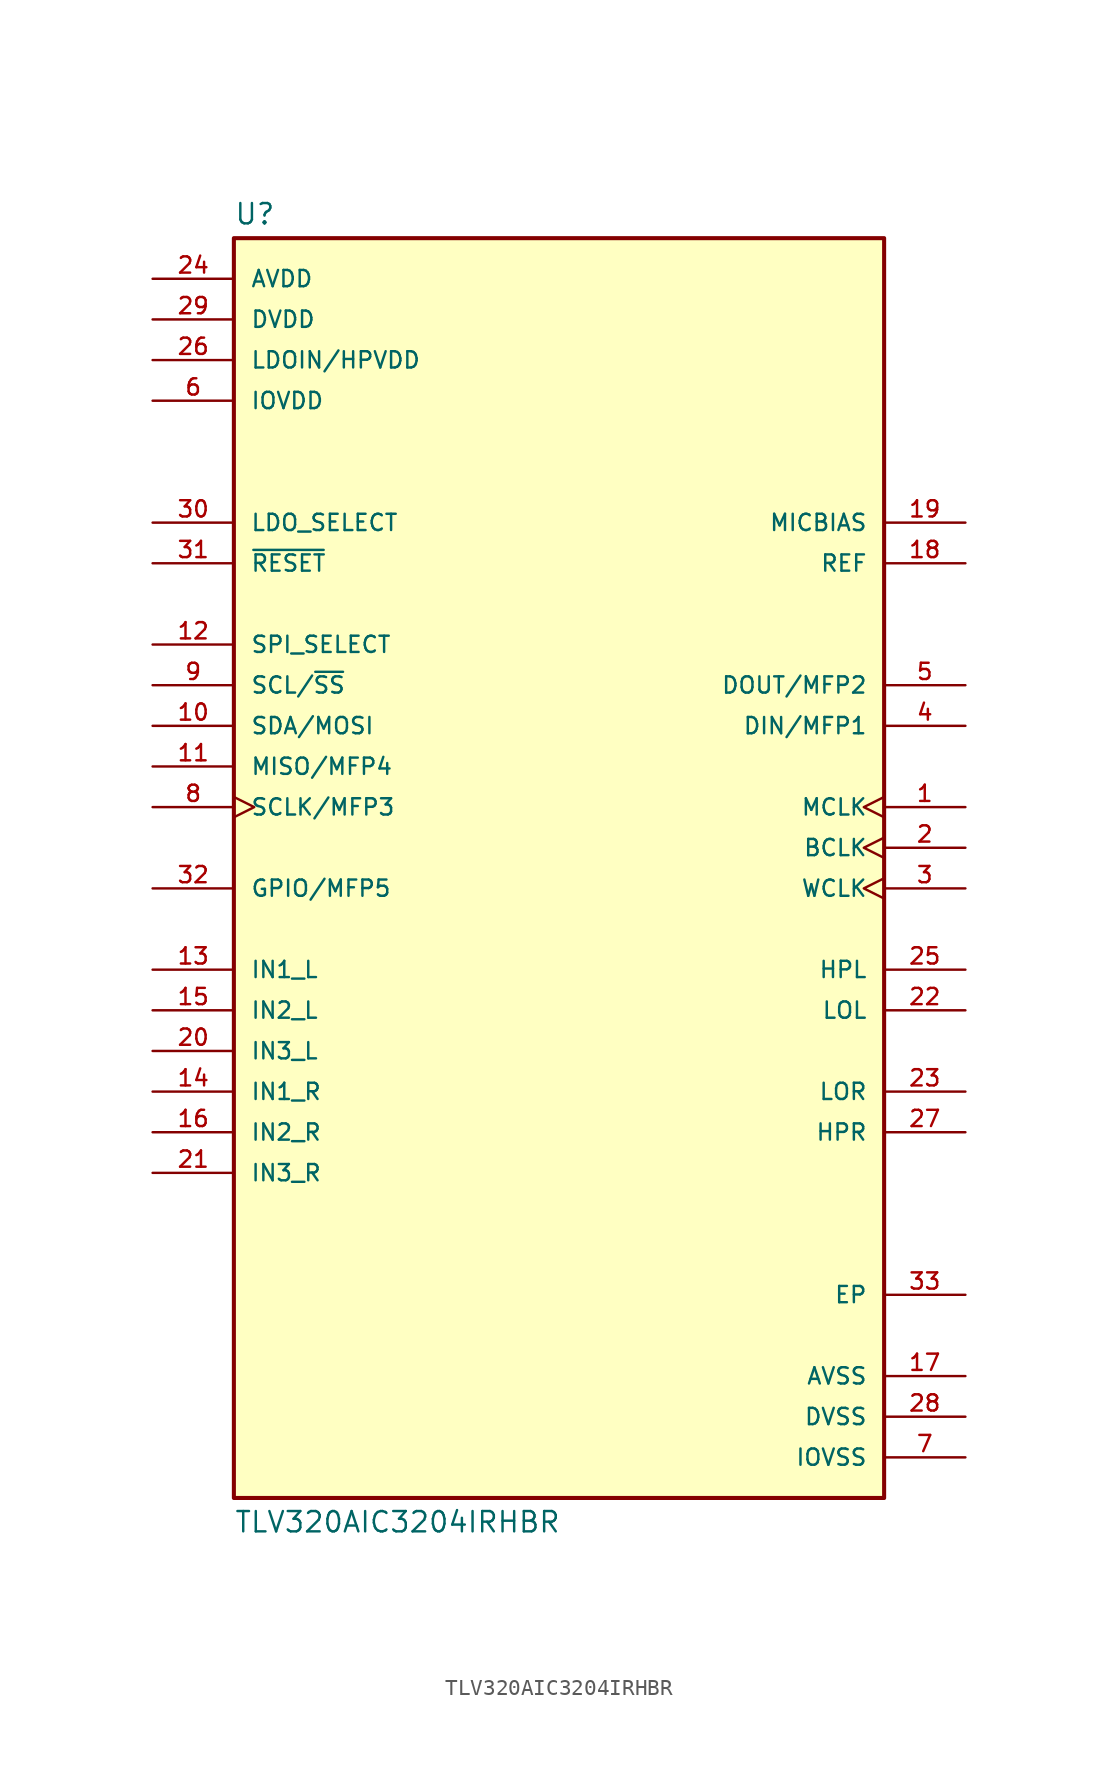
<source format=kicad_sym>
(kicad_symbol_lib
  (version 20211014)
  (generator kicad_symbol_editor)
  (symbol "TLV320AIC3204IRHBR"
    (pin_names
      (offset 1.016))
    (property "Reference" "U"
      (at -20.32 38.862 0.0)
      (effects (font (size 1.27 1.27)) (justify bottom left)))
    (property "Value" "TLV320AIC3204IRHBR"
      (at -20.32 -41.402 0.0)
      (effects (font (size 1.27 1.27)) (justify top left)))
    (symbol "TLV320AIC3204IRHBR_0_0"
      (rectangle (start -20.32 -40.64) (end 20.32 38.1) (stroke (width 0.254)) (fill (type background)))
      (pin input line (at -25.4 17.78 0) (length 5.08) (name "~{RESET}" (effects (font (size 1.016 1.016)))) (number "31" (effects (font (size 1.016 1.016)))))
      (pin bidirectional clock (at 25.4 0.0 180.0) (length 5.08) (name "BCLK" (effects (font (size 1.016 1.016)))) (number "2" (effects (font (size 1.016 1.016)))))
      (pin input line (at 25.4 7.62 180.0) (length 5.08) (name "DIN/MFP1" (effects (font (size 1.016 1.016)))) (number "4" (effects (font (size 1.016 1.016)))))
      (pin input line (at -25.4 -2.54 0) (length 5.08) (name "GPIO/MFP5" (effects (font (size 1.016 1.016)))) (number "32" (effects (font (size 1.016 1.016)))))
      (pin input line (at -25.4 -7.62 0) (length 5.08) (name "IN1_L" (effects (font (size 1.016 1.016)))) (number "13" (effects (font (size 1.016 1.016)))))
      (pin input line (at -25.4 -15.24 0) (length 5.08) (name "IN1_R" (effects (font (size 1.016 1.016)))) (number "14" (effects (font (size 1.016 1.016)))))
      (pin input line (at -25.4 -10.16 0) (length 5.08) (name "IN2_L" (effects (font (size 1.016 1.016)))) (number "15" (effects (font (size 1.016 1.016)))))
      (pin input line (at -25.4 -17.78 0) (length 5.08) (name "IN2_R" (effects (font (size 1.016 1.016)))) (number "16" (effects (font (size 1.016 1.016)))))
      (pin input line (at -25.4 -12.7 0) (length 5.08) (name "IN3_L" (effects (font (size 1.016 1.016)))) (number "20" (effects (font (size 1.016 1.016)))))
      (pin input line (at -25.4 -20.32 0) (length 5.08) (name "IN3_R" (effects (font (size 1.016 1.016)))) (number "21" (effects (font (size 1.016 1.016)))))
      (pin power_in line (at -25.4 30.48 0) (length 5.08) (name "LDOIN/HPVDD" (effects (font (size 1.016 1.016)))) (number "26" (effects (font (size 1.016 1.016)))))
      (pin input clock (at 25.4 2.54 180.0) (length 5.08) (name "MCLK" (effects (font (size 1.016 1.016)))) (number "1" (effects (font (size 1.016 1.016)))))
      (pin input line (at -25.4 10.16 0) (length 5.08) (name "SCL/~{SS}" (effects (font (size 1.016 1.016)))) (number "9" (effects (font (size 1.016 1.016)))))
      (pin input clock (at -25.4 2.54 0) (length 5.08) (name "SCLK/MFP3" (effects (font (size 1.016 1.016)))) (number "8" (effects (font (size 1.016 1.016)))))
      (pin input line (at -25.4 7.62 0) (length 5.08) (name "SDA/MOSI" (effects (font (size 1.016 1.016)))) (number "10" (effects (font (size 1.016 1.016)))))
      (pin input line (at -25.4 12.7 0) (length 5.08) (name "SPI_SELECT" (effects (font (size 1.016 1.016)))) (number "12" (effects (font (size 1.016 1.016)))))
      (pin bidirectional clock (at 25.4 -2.54 180.0) (length 5.08) (name "WCLK" (effects (font (size 1.016 1.016)))) (number "3" (effects (font (size 1.016 1.016)))))
      (pin passive line (at 25.4 -27.94 180.0) (length 5.08) (name "EP" (effects (font (size 1.016 1.016)))) (number "33" (effects (font (size 1.016 1.016)))))
      (pin input line (at -25.4 20.32 0) (length 5.08) (name "LDO_SELECT" (effects (font (size 1.016 1.016)))) (number "30" (effects (font (size 1.016 1.016)))))
      (pin power_in line (at -25.4 35.56 0) (length 5.08) (name "AVDD" (effects (font (size 1.016 1.016)))) (number "24" (effects (font (size 1.016 1.016)))))
      (pin power_in line (at -25.4 33.02 0) (length 5.08) (name "DVDD" (effects (font (size 1.016 1.016)))) (number "29" (effects (font (size 1.016 1.016)))))
      (pin power_in line (at -25.4 27.94 0) (length 5.08) (name "IOVDD" (effects (font (size 1.016 1.016)))) (number "6" (effects (font (size 1.016 1.016)))))
      (pin output line (at 25.4 10.16 180.0) (length 5.08) (name "DOUT/MFP2" (effects (font (size 1.016 1.016)))) (number "5" (effects (font (size 1.016 1.016)))))
      (pin output line (at 25.4 -7.62 180.0) (length 5.08) (name "HPL" (effects (font (size 1.016 1.016)))) (number "25" (effects (font (size 1.016 1.016)))))
      (pin output line (at 25.4 -17.78 180.0) (length 5.08) (name "HPR" (effects (font (size 1.016 1.016)))) (number "27" (effects (font (size 1.016 1.016)))))
      (pin output line (at 25.4 -10.16 180.0) (length 5.08) (name "LOL" (effects (font (size 1.016 1.016)))) (number "22" (effects (font (size 1.016 1.016)))))
      (pin output line (at 25.4 -15.24 180.0) (length 5.08) (name "LOR" (effects (font (size 1.016 1.016)))) (number "23" (effects (font (size 1.016 1.016)))))
      (pin output line (at 25.4 20.32 180.0) (length 5.08) (name "MICBIAS" (effects (font (size 1.016 1.016)))) (number "19" (effects (font (size 1.016 1.016)))))
      (pin output line (at -25.4 5.08 0) (length 5.08) (name "MISO/MFP4" (effects (font (size 1.016 1.016)))) (number "11" (effects (font (size 1.016 1.016)))))
      (pin output line (at 25.4 17.78 180.0) (length 5.08) (name "REF" (effects (font (size 1.016 1.016)))) (number "18" (effects (font (size 1.016 1.016)))))
      (pin power_in line (at 25.4 -38.1 180.0) (length 5.08) (name "IOVSS" (effects (font (size 1.016 1.016)))) (number "7" (effects (font (size 1.016 1.016)))))
      (pin power_in line (at 25.4 -33.02 180.0) (length 5.08) (name "AVSS" (effects (font (size 1.016 1.016)))) (number "17" (effects (font (size 1.016 1.016)))))
      (pin power_in line (at 25.4 -35.56 180.0) (length 5.08) (name "DVSS" (effects (font (size 1.016 1.016)))) (number "28" (effects (font (size 1.016 1.016))))))))
</source>
